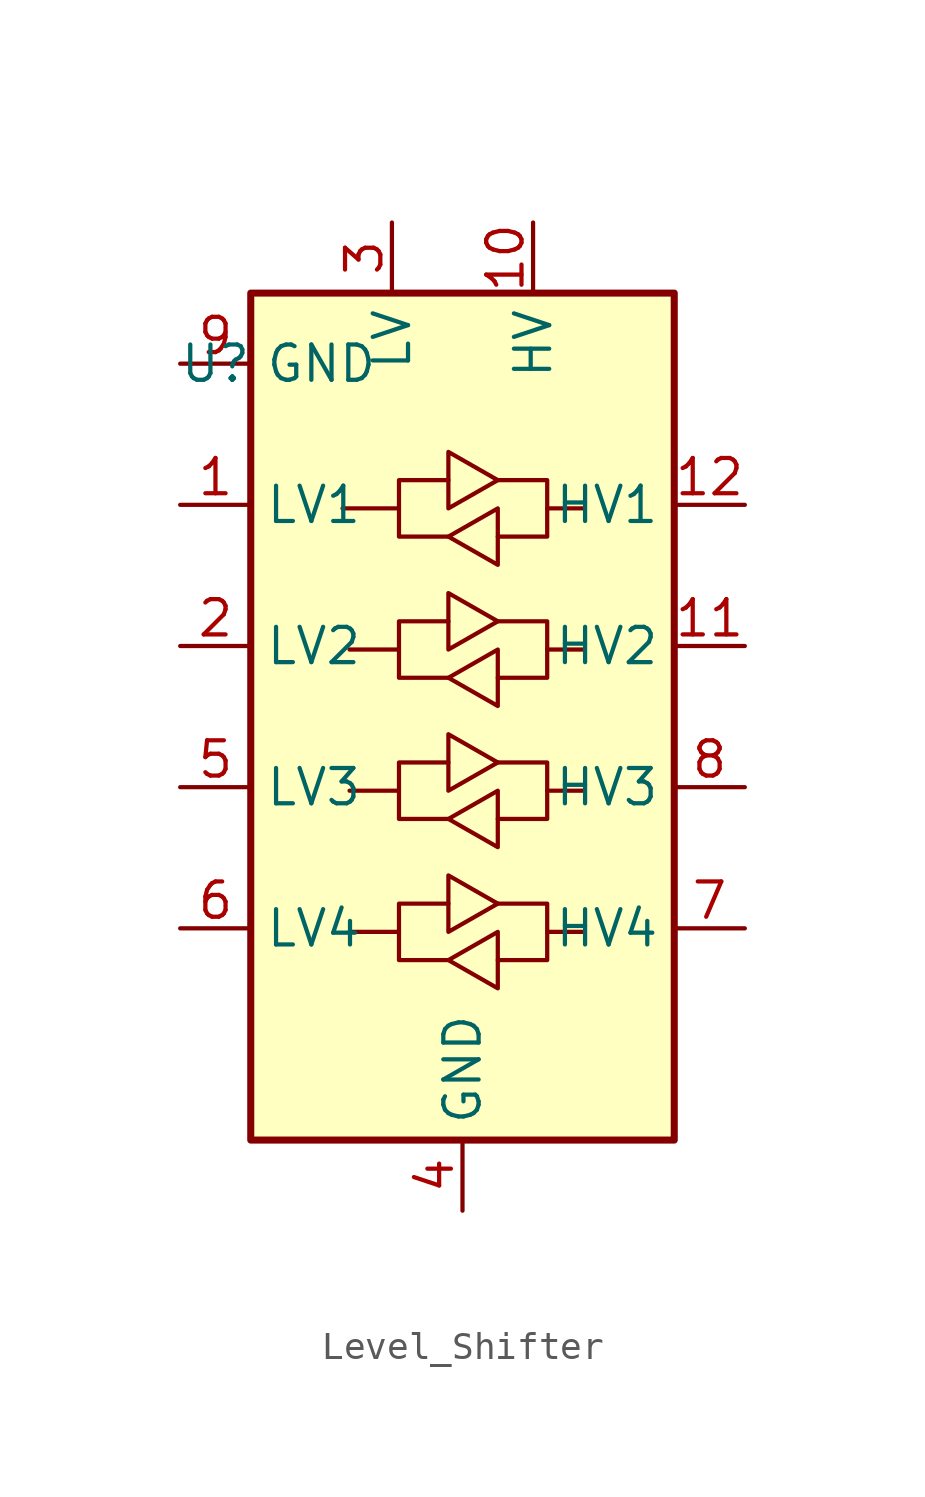
<source format=kicad_sym>
(kicad_symbol_lib
  (version 20241209)
  (generator "kicad_symbol_editor")
  (generator_version "9.0")
  (symbol "Level_Shifter"
    (property "Reference" "U"
      (at 0 0 0)
      (effects (font (size 1.27 1.27))))
    (property "Value" ""
      (at 0 0 0)
      (effects (font (size 1.27 1.27))))
    (symbol "Level_Shifter_0_1"
      (rectangle (start 1.27 2.54) (end 16.51 -27.94) (stroke (width 0.254) (type default)) (fill (type background)))
      (polyline (pts (xy 6.604 -5.207) (xy 6.604 -4.191) (xy 8.382 -4.191)) (stroke (width 0) (type default)) (fill (type none)))
      (polyline (pts (xy 6.604 -10.287) (xy 6.604 -9.271) (xy 8.382 -9.271)) (stroke (width 0) (type default)) (fill (type none)))
      (polyline (pts (xy 6.604 -15.367) (xy 6.604 -14.351) (xy 8.382 -14.351)) (stroke (width 0) (type default)) (fill (type none)))
      (polyline (pts (xy 6.604 -20.447) (xy 6.604 -19.431) (xy 8.382 -19.431)) (stroke (width 0) (type default)) (fill (type none)))
      (polyline (pts (xy 8.382 -6.223) (xy 6.604 -6.223) (xy 6.604 -5.207) (xy 4.572 -5.207)) (stroke (width 0) (type default)) (fill (type none)))
      (polyline (pts (xy 8.382 -6.223) (xy 10.16 -5.207) (xy 10.16 -7.239) (xy 8.382 -6.223)) (stroke (width 0) (type default)) (fill (type none)))
      (polyline (pts (xy 8.382 -11.303) (xy 6.604 -11.303) (xy 6.604 -10.287) (xy 4.826 -10.287)) (stroke (width 0) (type default)) (fill (type none)))
      (polyline (pts (xy 8.382 -11.303) (xy 10.16 -10.287) (xy 10.16 -12.319) (xy 8.382 -11.303)) (stroke (width 0) (type default)) (fill (type none)))
      (polyline (pts (xy 8.382 -16.383) (xy 6.604 -16.383) (xy 6.604 -15.367) (xy 4.826 -15.367)) (stroke (width 0) (type default)) (fill (type none)))
      (polyline (pts (xy 8.382 -16.383) (xy 10.16 -15.367) (xy 10.16 -17.399) (xy 8.382 -16.383)) (stroke (width 0) (type default)) (fill (type none)))
      (polyline (pts (xy 8.382 -21.463) (xy 6.604 -21.463) (xy 6.604 -20.447) (xy 4.826 -20.447)) (stroke (width 0) (type default)) (fill (type none)))
      (polyline (pts (xy 8.382 -21.463) (xy 10.16 -20.447) (xy 10.16 -22.479) (xy 8.382 -21.463)) (stroke (width 0) (type default)) (fill (type none)))
      (polyline (pts (xy 10.16 -4.191) (xy 8.382 -5.207) (xy 8.382 -3.175) (xy 10.16 -4.191)) (stroke (width 0) (type default)) (fill (type none)))
      (polyline (pts (xy 10.16 -4.191) (xy 11.938 -4.191) (xy 11.938 -5.207) (xy 13.208 -5.207)) (stroke (width 0) (type default)) (fill (type none)))
      (polyline (pts (xy 10.16 -9.271) (xy 8.382 -10.287) (xy 8.382 -8.255) (xy 10.16 -9.271)) (stroke (width 0) (type default)) (fill (type none)))
      (polyline (pts (xy 10.16 -9.271) (xy 11.938 -9.271) (xy 11.938 -10.287) (xy 13.208 -10.287)) (stroke (width 0) (type default)) (fill (type none)))
      (polyline (pts (xy 10.16 -14.351) (xy 8.382 -15.367) (xy 8.382 -13.335) (xy 10.16 -14.351)) (stroke (width 0) (type default)) (fill (type none)))
      (polyline (pts (xy 10.16 -14.351) (xy 11.938 -14.351) (xy 11.938 -15.367) (xy 13.208 -15.367)) (stroke (width 0) (type default)) (fill (type none)))
      (polyline (pts (xy 10.16 -19.431) (xy 8.382 -20.447) (xy 8.382 -18.415) (xy 10.16 -19.431)) (stroke (width 0) (type default)) (fill (type none)))
      (polyline (pts (xy 10.16 -19.431) (xy 11.938 -19.431) (xy 11.938 -20.447) (xy 13.208 -20.447)) (stroke (width 0) (type default)) (fill (type none)))
      (polyline (pts (xy 11.938 -5.207) (xy 11.938 -6.223) (xy 10.16 -6.223)) (stroke (width 0) (type default)) (fill (type none)))
      (polyline (pts (xy 11.938 -10.287) (xy 11.938 -11.303) (xy 10.16 -11.303)) (stroke (width 0) (type default)) (fill (type none)))
      (polyline (pts (xy 11.938 -15.367) (xy 11.938 -16.383) (xy 10.16 -16.383)) (stroke (width 0) (type default)) (fill (type none)))
      (polyline (pts (xy 11.938 -20.447) (xy 11.938 -21.463) (xy 10.16 -21.463)) (stroke (width 0) (type default)) (fill (type none))))
    (symbol "Level_Shifter_1_1"
      (pin power_in line (at -1.27 0 0) (length 2.54) (name "GND" (effects (font (size 1.27 1.27)))) (number "9" (effects (font (size 1.27 1.27)))))
      (pin bidirectional line (at -1.27 -5.08 0) (length 2.54) (name "LV1" (effects (font (size 1.27 1.27)))) (number "1" (effects (font (size 1.27 1.27)))))
      (pin bidirectional line (at -1.27 -10.16 0) (length 2.54) (name "LV2" (effects (font (size 1.27 1.27)))) (number "2" (effects (font (size 1.27 1.27)))))
      (pin bidirectional line (at -1.27 -15.24 0) (length 2.54) (name "LV3" (effects (font (size 1.27 1.27)))) (number "5" (effects (font (size 1.27 1.27)))))
      (pin bidirectional line (at -1.27 -20.32 0) (length 2.54) (name "LV4" (effects (font (size 1.27 1.27)))) (number "6" (effects (font (size 1.27 1.27)))))
      (pin power_in line (at 6.35 5.08 270) (length 2.54) (name "LV" (effects (font (size 1.27 1.27)))) (number "3" (effects (font (size 1.27 1.27)))))
      (pin power_in line (at 8.89 -30.48 90) (length 2.54) (name "GND" (effects (font (size 1.27 1.27)))) (number "4" (effects (font (size 1.27 1.27)))))
      (pin power_in line (at 11.43 5.08 270) (length 2.54) (name "HV" (effects (font (size 1.27 1.27)))) (number "10" (effects (font (size 1.27 1.27)))))
      (pin bidirectional line (at 19.05 -5.08 180) (length 2.54) (name "HV1" (effects (font (size 1.27 1.27)))) (number "12" (effects (font (size 1.27 1.27)))))
      (pin bidirectional line (at 19.05 -10.16 180) (length 2.54) (name "HV2" (effects (font (size 1.27 1.27)))) (number "11" (effects (font (size 1.27 1.27)))))
      (pin bidirectional line (at 19.05 -15.24 180) (length 2.54) (name "HV3" (effects (font (size 1.27 1.27)))) (number "8" (effects (font (size 1.27 1.27)))))
      (pin bidirectional line (at 19.05 -20.32 180) (length 2.54) (name "HV4" (effects (font (size 1.27 1.27)))) (number "7" (effects (font (size 1.27 1.27))))))))
</source>
